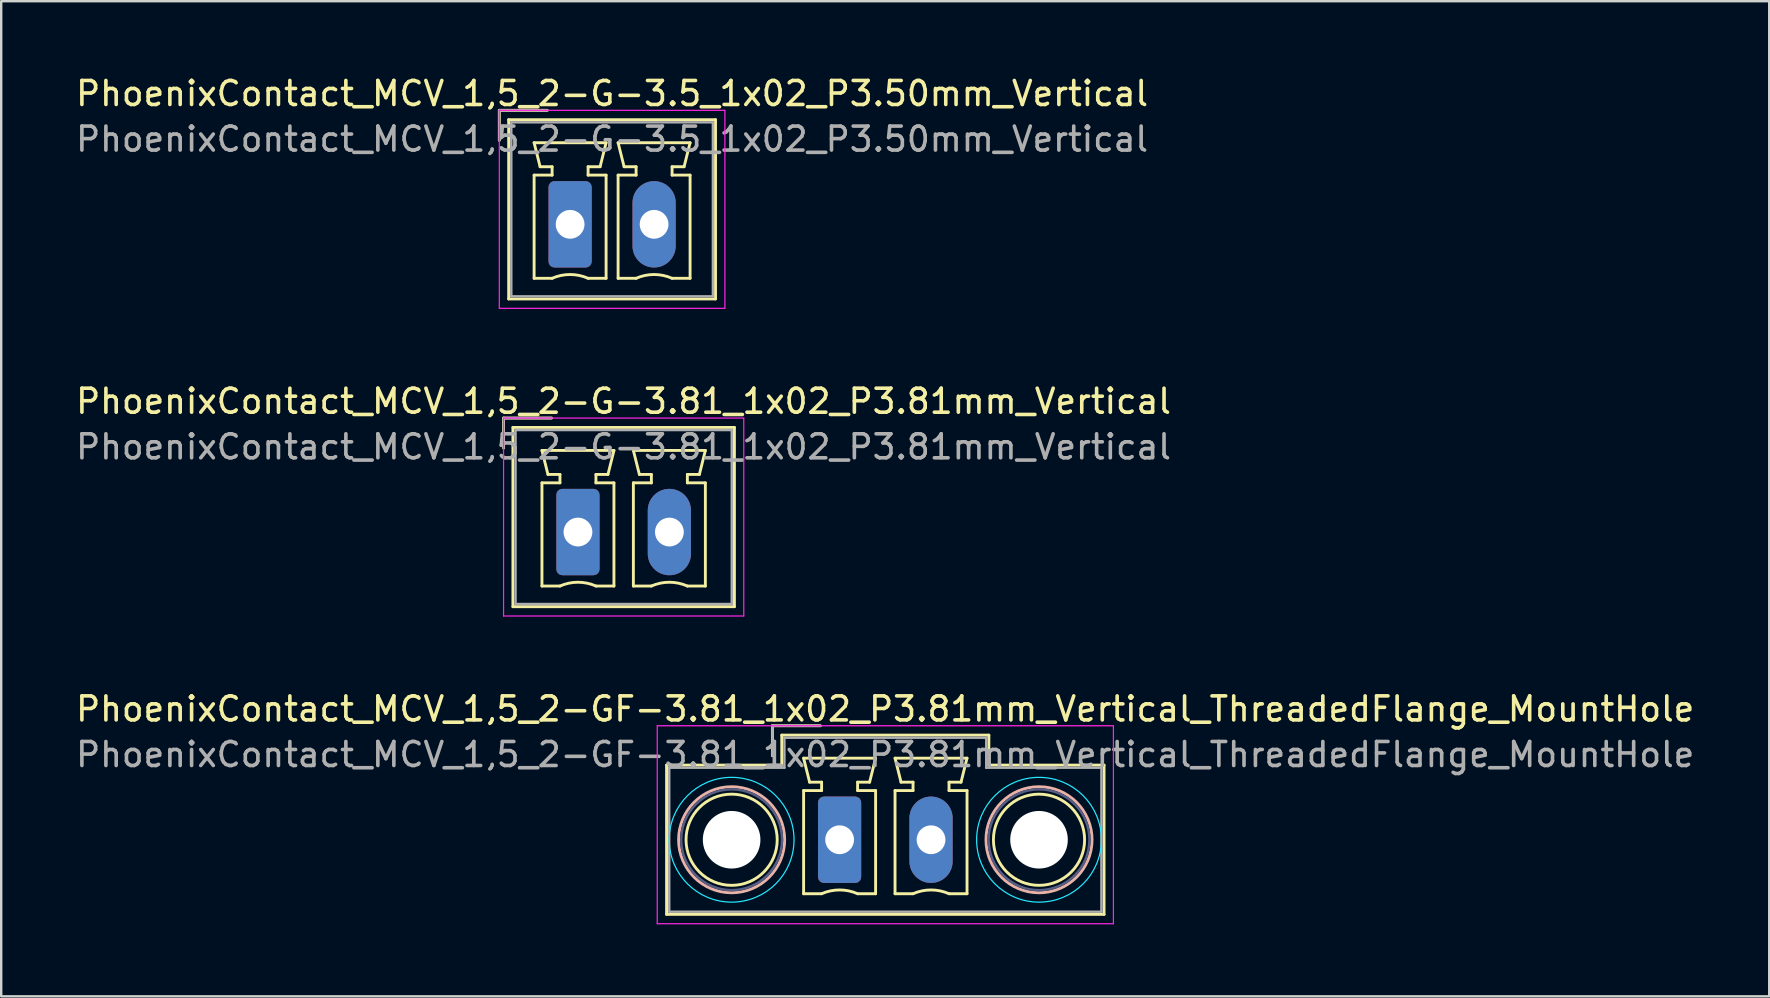
<source format=kicad_pcb>
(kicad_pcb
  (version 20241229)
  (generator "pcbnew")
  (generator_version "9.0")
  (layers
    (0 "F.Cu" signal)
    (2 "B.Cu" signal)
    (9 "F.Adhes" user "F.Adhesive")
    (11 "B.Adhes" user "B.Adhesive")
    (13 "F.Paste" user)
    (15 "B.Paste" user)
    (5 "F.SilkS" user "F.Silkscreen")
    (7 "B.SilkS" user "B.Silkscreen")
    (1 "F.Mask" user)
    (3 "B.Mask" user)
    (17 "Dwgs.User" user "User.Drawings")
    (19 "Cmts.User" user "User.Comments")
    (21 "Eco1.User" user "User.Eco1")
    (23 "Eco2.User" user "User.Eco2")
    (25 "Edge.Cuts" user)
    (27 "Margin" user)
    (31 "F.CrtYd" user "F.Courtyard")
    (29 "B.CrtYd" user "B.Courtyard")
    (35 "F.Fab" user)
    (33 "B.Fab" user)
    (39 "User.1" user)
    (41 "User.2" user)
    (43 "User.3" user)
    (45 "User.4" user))
  (footprint "PhoenixContact_MCV_1,5_2-GF-3.81_1x02_P3.81mm_Vertical_ThreadedFlange_MountHole"
    (layer "F.Cu")
    (at 31.939 31.945)
    (property "Reference" "PhoenixContact_MCV_1,5_2-GF-3.81_1x02_P3.81mm_Vertical_ThreadedFlange_MountHole" (at 1.9 -5.45 0) (layer "F.SilkS") (effects (font (size 1 1) (thickness 0.15))))
    (attr through_hole)
    (fp_line (start -7.21 -3.11) (end -7.21 3.11) (stroke (width 0.12) (type solid)) (layer "F.SilkS"))
    (fp_line (start -7.21 3.11) (end 11.02 3.11) (stroke (width 0.12) (type solid)) (layer "F.SilkS"))
    (fp_line (start -2.8 -4.75) (end -0.8 -4.75) (stroke (width 0.12) (type solid)) (layer "F.SilkS"))
    (fp_line (start -2.8 -3.5) (end -2.8 -4.75) (stroke (width 0.12) (type solid)) (layer "F.SilkS"))
    (fp_line (start -2.41 -4.36) (end -2.41 -3.11) (stroke (width 0.12) (type solid)) (layer "F.SilkS"))
    (fp_line (start -2.41 -3.11) (end -7.21 -3.11) (stroke (width 0.12) (type solid)) (layer "F.SilkS"))
    (fp_line (start -1.5 -3.4) (end 1.5 -3.4) (stroke (width 0.12) (type solid)) (layer "F.SilkS"))
    (fp_line (start -1.5 -2.05) (end -0.75 -2.05) (stroke (width 0.12) (type solid)) (layer "F.SilkS"))
    (fp_line (start -1.5 2.25) (end -1.5 -2.05) (stroke (width 0.12) (type solid)) (layer "F.SilkS"))
    (fp_line (start -1.25 -2.4) (end -1.5 -3.4) (stroke (width 0.12) (type solid)) (layer "F.SilkS"))
    (fp_line (start -0.75 -2.4) (end -1.25 -2.4) (stroke (width 0.12) (type solid)) (layer "F.SilkS"))
    (fp_line (start -0.75 -2.05) (end -0.75 -2.4) (stroke (width 0.12) (type solid)) (layer "F.SilkS"))
    (fp_line (start -0.75 2.25) (end -1.5 2.25) (stroke (width 0.12) (type solid)) (layer "F.SilkS"))
    (fp_line (start 0.75 -2.4) (end 0.75 -2.05) (stroke (width 0.12) (type solid)) (layer "F.SilkS"))
    (fp_line (start 0.75 -2.05) (end 1.5 -2.05) (stroke (width 0.12) (type solid)) (layer "F.SilkS"))
    (fp_line (start 1.25 -2.4) (end 0.75 -2.4) (stroke (width 0.12) (type solid)) (layer "F.SilkS"))
    (fp_line (start 1.5 -3.4) (end 1.25 -2.4) (stroke (width 0.12) (type solid)) (layer "F.SilkS"))
    (fp_line (start 1.5 -2.05) (end 1.5 2.25) (stroke (width 0.12) (type solid)) (layer "F.SilkS"))
    (fp_line (start 1.5 2.25) (end 0.75 2.25) (stroke (width 0.12) (type solid)) (layer "F.SilkS"))
    (fp_line (start 2.31 -3.4) (end 5.31 -3.4) (stroke (width 0.12) (type solid)) (layer "F.SilkS"))
    (fp_line (start 2.31 -2.05) (end 3.06 -2.05) (stroke (width 0.12) (type solid)) (layer "F.SilkS"))
    (fp_line (start 2.31 2.25) (end 2.31 -2.05) (stroke (width 0.12) (type solid)) (layer "F.SilkS"))
    (fp_line (start 2.56 -2.4) (end 2.31 -3.4) (stroke (width 0.12) (type solid)) (layer "F.SilkS"))
    (fp_line (start 3.06 -2.4) (end 2.56 -2.4) (stroke (width 0.12) (type solid)) (layer "F.SilkS"))
    (fp_line (start 3.06 -2.05) (end 3.06 -2.4) (stroke (width 0.12) (type solid)) (layer "F.SilkS"))
    (fp_line (start 3.06 2.25) (end 2.31 2.25) (stroke (width 0.12) (type solid)) (layer "F.SilkS"))
    (fp_line (start 4.56 -2.4) (end 4.56 -2.05) (stroke (width 0.12) (type solid)) (layer "F.SilkS"))
    (fp_line (start 4.56 -2.05) (end 5.31 -2.05) (stroke (width 0.12) (type solid)) (layer "F.SilkS"))
    (fp_line (start 5.06 -2.4) (end 4.56 -2.4) (stroke (width 0.12) (type solid)) (layer "F.SilkS"))
    (fp_line (start 5.31 -3.4) (end 5.06 -2.4) (stroke (width 0.12) (type solid)) (layer "F.SilkS"))
    (fp_line (start 5.31 -2.05) (end 5.31 2.25) (stroke (width 0.12) (type solid)) (layer "F.SilkS"))
    (fp_line (start 5.31 2.25) (end 4.56 2.25) (stroke (width 0.12) (type solid)) (layer "F.SilkS"))
    (fp_line (start 6.22 -4.36) (end -2.41 -4.36) (stroke (width 0.12) (type solid)) (layer "F.SilkS"))
    (fp_line (start 6.22 -3.11) (end 6.22 -4.36) (stroke (width 0.12) (type solid)) (layer "F.SilkS"))
    (fp_line (start 11.02 -3.11) (end 6.22 -3.11) (stroke (width 0.12) (type solid)) (layer "F.SilkS"))
    (fp_line (start 11.02 3.11) (end 11.02 -3.11) (stroke (width 0.12) (type solid)) (layer "F.SilkS"))
    (fp_arc (start -0.75 2.25) (mid -0.000193 2.09191) (end 0.749647 2.249844) (stroke (width 0.12) (type solid)) (layer "F.SilkS"))
    (fp_arc (start 3.06 2.25) (mid 3.809807 2.09191) (end 4.559647 2.249844) (stroke (width 0.12) (type solid)) (layer "F.SilkS"))
    (fp_circle (center -4.5 0) (end -2.6 0) (stroke (width 0.12) (type solid)) (fill no) (layer "F.SilkS"))
    (fp_circle (center 8.31 0) (end 10.21 0) (stroke (width 0.12) (type solid)) (fill no) (layer "F.SilkS"))
    (fp_circle (center -4.5 0) (end -2.29 0) (stroke (width 0.12) (type solid)) (fill no) (layer "B.SilkS"))
    (fp_circle (center 8.31 0) (end 10.52 0) (stroke (width 0.12) (type solid)) (fill no) (layer "B.SilkS"))
    (fp_circle (center -4.5 0) (end -1.9 0) (stroke (width 0.05) (type solid)) (fill no) (layer "B.CrtYd"))
    (fp_circle (center 8.31 0) (end 10.91 0) (stroke (width 0.05) (type solid)) (fill no) (layer "B.CrtYd"))
    (fp_line (start -7.6 -4.75) (end -7.6 3.5) (stroke (width 0.05) (type solid)) (layer "F.CrtYd"))
    (fp_line (start -7.6 3.5) (end 11.41 3.5) (stroke (width 0.05) (type solid)) (layer "F.CrtYd"))
    (fp_line (start 11.41 -4.75) (end -7.6 -4.75) (stroke (width 0.05) (type solid)) (layer "F.CrtYd"))
    (fp_line (start 11.41 3.5) (end 11.41 -4.75) (stroke (width 0.05) (type solid)) (layer "F.CrtYd"))
    (fp_circle (center -4.5 0) (end -2.4 0) (stroke (width 0.1) (type solid)) (fill no) (layer "B.Fab"))
    (fp_circle (center 8.31 0) (end 10.41 0) (stroke (width 0.1) (type solid)) (fill no) (layer "B.Fab"))
    (fp_line (start -7.1 -3) (end -7.1 3) (stroke (width 0.1) (type solid)) (layer "F.Fab"))
    (fp_line (start -7.1 3) (end 10.91 3) (stroke (width 0.1) (type solid)) (layer "F.Fab"))
    (fp_line (start -2.8 -4.75) (end -0.8 -4.75) (stroke (width 0.1) (type solid)) (layer "F.Fab"))
    (fp_line (start -2.8 -3.5) (end -2.8 -4.75) (stroke (width 0.1) (type solid)) (layer "F.Fab"))
    (fp_line (start -2.3 -4.25) (end -2.3 -3) (stroke (width 0.1) (type solid)) (layer "F.Fab"))
    (fp_line (start -2.3 -3) (end -7.1 -3) (stroke (width 0.1) (type solid)) (layer "F.Fab"))
    (fp_line (start 6.11 -4.25) (end -2.3 -4.25) (stroke (width 0.1) (type solid)) (layer "F.Fab"))
    (fp_line (start 6.11 -3) (end 6.11 -4.25) (stroke (width 0.1) (type solid)) (layer "F.Fab"))
    (fp_line (start 10.91 -3) (end 6.11 -3) (stroke (width 0.1) (type solid)) (layer "F.Fab"))
    (fp_line (start 10.91 3) (end 10.91 -3) (stroke (width 0.1) (type solid)) (layer "F.Fab"))
    (fp_text user "${REFERENCE}" (at 1.9 -3.55 0) (layer "F.Fab") (effects (font (size 1 1) (thickness 0.15))))
    (pad "" np_thru_hole circle (at -4.5 0) (size 2.4 2.4) (drill 2.4) (layers "*.Cu" "*.Mask"))
    (pad "" np_thru_hole circle (at 8.31 0) (size 2.4 2.4) (drill 2.4) (layers "*.Cu" "*.Mask"))
    (pad "1" thru_hole roundrect (at 0 0) (size 1.8 3.6) (drill 1.2) (layers "*.Cu" "*.Mask") (roundrect_rratio 0.139))
    (pad "2" thru_hole oval (at 3.81 0) (size 1.8 3.6) (drill 1.2) (layers "*.Cu" "*.Mask")))
  (footprint "PhoenixContact_MCV_1,5_2-G-3.5_1x02_P3.50mm_Vertical"
    (layer "F.Cu")
    (at 20.708 6.298)
    (property "Reference" "PhoenixContact_MCV_1,5_2-G-3.5_1x02_P3.50mm_Vertical" (at 1.75 -5.45 0) (layer "F.SilkS") (effects (font (size 1 1) (thickness 0.15))))
    (attr through_hole)
    (fp_line (start -2.95 -4.75) (end -0.95 -4.75) (stroke (width 0.12) (type solid)) (layer "F.SilkS"))
    (fp_line (start -2.95 -3.5) (end -2.95 -4.75) (stroke (width 0.12) (type solid)) (layer "F.SilkS"))
    (fp_line (start -2.56 -4.36) (end -2.56 3.11) (stroke (width 0.12) (type solid)) (layer "F.SilkS"))
    (fp_line (start -2.56 3.11) (end 6.06 3.11) (stroke (width 0.12) (type solid)) (layer "F.SilkS"))
    (fp_line (start -1.5 -3.4) (end 1.5 -3.4) (stroke (width 0.12) (type solid)) (layer "F.SilkS"))
    (fp_line (start -1.5 -2.05) (end -0.75 -2.05) (stroke (width 0.12) (type solid)) (layer "F.SilkS"))
    (fp_line (start -1.5 2.25) (end -1.5 -2.05) (stroke (width 0.12) (type solid)) (layer "F.SilkS"))
    (fp_line (start -1.25 -2.4) (end -1.5 -3.4) (stroke (width 0.12) (type solid)) (layer "F.SilkS"))
    (fp_line (start -0.75 -2.4) (end -1.25 -2.4) (stroke (width 0.12) (type solid)) (layer "F.SilkS"))
    (fp_line (start -0.75 -2.05) (end -0.75 -2.4) (stroke (width 0.12) (type solid)) (layer "F.SilkS"))
    (fp_line (start -0.75 2.25) (end -1.5 2.25) (stroke (width 0.12) (type solid)) (layer "F.SilkS"))
    (fp_line (start 0.75 -2.4) (end 0.75 -2.05) (stroke (width 0.12) (type solid)) (layer "F.SilkS"))
    (fp_line (start 0.75 -2.05) (end 1.5 -2.05) (stroke (width 0.12) (type solid)) (layer "F.SilkS"))
    (fp_line (start 1.25 -2.4) (end 0.75 -2.4) (stroke (width 0.12) (type solid)) (layer "F.SilkS"))
    (fp_line (start 1.5 -3.4) (end 1.25 -2.4) (stroke (width 0.12) (type solid)) (layer "F.SilkS"))
    (fp_line (start 1.5 -2.05) (end 1.5 2.25) (stroke (width 0.12) (type solid)) (layer "F.SilkS"))
    (fp_line (start 1.5 2.25) (end 0.75 2.25) (stroke (width 0.12) (type solid)) (layer "F.SilkS"))
    (fp_line (start 2 -3.4) (end 5 -3.4) (stroke (width 0.12) (type solid)) (layer "F.SilkS"))
    (fp_line (start 2 -2.05) (end 2.75 -2.05) (stroke (width 0.12) (type solid)) (layer "F.SilkS"))
    (fp_line (start 2 2.25) (end 2 -2.05) (stroke (width 0.12) (type solid)) (layer "F.SilkS"))
    (fp_line (start 2.25 -2.4) (end 2 -3.4) (stroke (width 0.12) (type solid)) (layer "F.SilkS"))
    (fp_line (start 2.75 -2.4) (end 2.25 -2.4) (stroke (width 0.12) (type solid)) (layer "F.SilkS"))
    (fp_line (start 2.75 -2.05) (end 2.75 -2.4) (stroke (width 0.12) (type solid)) (layer "F.SilkS"))
    (fp_line (start 2.75 2.25) (end 2 2.25) (stroke (width 0.12) (type solid)) (layer "F.SilkS"))
    (fp_line (start 4.25 -2.4) (end 4.25 -2.05) (stroke (width 0.12) (type solid)) (layer "F.SilkS"))
    (fp_line (start 4.25 -2.05) (end 5 -2.05) (stroke (width 0.12) (type solid)) (layer "F.SilkS"))
    (fp_line (start 4.75 -2.4) (end 4.25 -2.4) (stroke (width 0.12) (type solid)) (layer "F.SilkS"))
    (fp_line (start 5 -3.4) (end 4.75 -2.4) (stroke (width 0.12) (type solid)) (layer "F.SilkS"))
    (fp_line (start 5 -2.05) (end 5 2.25) (stroke (width 0.12) (type solid)) (layer "F.SilkS"))
    (fp_line (start 5 2.25) (end 4.25 2.25) (stroke (width 0.12) (type solid)) (layer "F.SilkS"))
    (fp_line (start 6.06 -4.36) (end -2.56 -4.36) (stroke (width 0.12) (type solid)) (layer "F.SilkS"))
    (fp_line (start 6.06 3.11) (end 6.06 -4.36) (stroke (width 0.12) (type solid)) (layer "F.SilkS"))
    (fp_arc (start -0.75 2.25) (mid -0.000193 2.09191) (end 0.749647 2.249844) (stroke (width 0.12) (type solid)) (layer "F.SilkS"))
    (fp_arc (start 2.75 2.25) (mid 3.499807 2.09191) (end 4.249647 2.249844) (stroke (width 0.12) (type solid)) (layer "F.SilkS"))
    (fp_line (start -2.95 -4.75) (end -2.95 3.5) (stroke (width 0.05) (type solid)) (layer "F.CrtYd"))
    (fp_line (start -2.95 3.5) (end 6.45 3.5) (stroke (width 0.05) (type solid)) (layer "F.CrtYd"))
    (fp_line (start 6.45 -4.75) (end -2.95 -4.75) (stroke (width 0.05) (type solid)) (layer "F.CrtYd"))
    (fp_line (start 6.45 3.5) (end 6.45 -4.75) (stroke (width 0.05) (type solid)) (layer "F.CrtYd"))
    (fp_line (start -2.95 -4.75) (end -0.95 -4.75) (stroke (width 0.1) (type solid)) (layer "F.Fab"))
    (fp_line (start -2.95 -3.5) (end -2.95 -4.75) (stroke (width 0.1) (type solid)) (layer "F.Fab"))
    (fp_line (start -2.45 -4.25) (end -2.45 3) (stroke (width 0.1) (type solid)) (layer "F.Fab"))
    (fp_line (start -2.45 3) (end 5.95 3) (stroke (width 0.1) (type solid)) (layer "F.Fab"))
    (fp_line (start 5.95 -4.25) (end -2.45 -4.25) (stroke (width 0.1) (type solid)) (layer "F.Fab"))
    (fp_line (start 5.95 3) (end 5.95 -4.25) (stroke (width 0.1) (type solid)) (layer "F.Fab"))
    (fp_text user "${REFERENCE}" (at 1.75 -3.55 0) (layer "F.Fab") (effects (font (size 1 1) (thickness 0.15))))
    (pad "1" thru_hole roundrect (at 0 0) (size 1.8 3.6) (drill 1.2) (layers "*.Cu" "*.Mask") (roundrect_rratio 0.139))
    (pad "2" thru_hole oval (at 3.5 0) (size 1.8 3.6) (drill 1.2) (layers "*.Cu" "*.Mask")))
  (footprint "PhoenixContact_MCV_1,5_2-G-3.81_1x02_P3.81mm_Vertical"
    (layer "F.Cu")
    (at 21.035 19.122)
    (property "Reference" "PhoenixContact_MCV_1,5_2-G-3.81_1x02_P3.81mm_Vertical" (at 1.9 -5.45 0) (layer "F.SilkS") (effects (font (size 1 1) (thickness 0.15))))
    (attr through_hole)
    (fp_line (start -3.1 -4.75) (end -1.1 -4.75) (stroke (width 0.12) (type solid)) (layer "F.SilkS"))
    (fp_line (start -3.1 -3.5) (end -3.1 -4.75) (stroke (width 0.12) (type solid)) (layer "F.SilkS"))
    (fp_line (start -2.71 -4.36) (end -2.71 3.11) (stroke (width 0.12) (type solid)) (layer "F.SilkS"))
    (fp_line (start -2.71 3.11) (end 6.52 3.11) (stroke (width 0.12) (type solid)) (layer "F.SilkS"))
    (fp_line (start -1.5 -3.4) (end 1.5 -3.4) (stroke (width 0.12) (type solid)) (layer "F.SilkS"))
    (fp_line (start -1.5 -2.05) (end -0.75 -2.05) (stroke (width 0.12) (type solid)) (layer "F.SilkS"))
    (fp_line (start -1.5 2.25) (end -1.5 -2.05) (stroke (width 0.12) (type solid)) (layer "F.SilkS"))
    (fp_line (start -1.25 -2.4) (end -1.5 -3.4) (stroke (width 0.12) (type solid)) (layer "F.SilkS"))
    (fp_line (start -0.75 -2.4) (end -1.25 -2.4) (stroke (width 0.12) (type solid)) (layer "F.SilkS"))
    (fp_line (start -0.75 -2.05) (end -0.75 -2.4) (stroke (width 0.12) (type solid)) (layer "F.SilkS"))
    (fp_line (start -0.75 2.25) (end -1.5 2.25) (stroke (width 0.12) (type solid)) (layer "F.SilkS"))
    (fp_line (start 0.75 -2.4) (end 0.75 -2.05) (stroke (width 0.12) (type solid)) (layer "F.SilkS"))
    (fp_line (start 0.75 -2.05) (end 1.5 -2.05) (stroke (width 0.12) (type solid)) (layer "F.SilkS"))
    (fp_line (start 1.25 -2.4) (end 0.75 -2.4) (stroke (width 0.12) (type solid)) (layer "F.SilkS"))
    (fp_line (start 1.5 -3.4) (end 1.25 -2.4) (stroke (width 0.12) (type solid)) (layer "F.SilkS"))
    (fp_line (start 1.5 -2.05) (end 1.5 2.25) (stroke (width 0.12) (type solid)) (layer "F.SilkS"))
    (fp_line (start 1.5 2.25) (end 0.75 2.25) (stroke (width 0.12) (type solid)) (layer "F.SilkS"))
    (fp_line (start 2.31 -3.4) (end 5.31 -3.4) (stroke (width 0.12) (type solid)) (layer "F.SilkS"))
    (fp_line (start 2.31 -2.05) (end 3.06 -2.05) (stroke (width 0.12) (type solid)) (layer "F.SilkS"))
    (fp_line (start 2.31 2.25) (end 2.31 -2.05) (stroke (width 0.12) (type solid)) (layer "F.SilkS"))
    (fp_line (start 2.56 -2.4) (end 2.31 -3.4) (stroke (width 0.12) (type solid)) (layer "F.SilkS"))
    (fp_line (start 3.06 -2.4) (end 2.56 -2.4) (stroke (width 0.12) (type solid)) (layer "F.SilkS"))
    (fp_line (start 3.06 -2.05) (end 3.06 -2.4) (stroke (width 0.12) (type solid)) (layer "F.SilkS"))
    (fp_line (start 3.06 2.25) (end 2.31 2.25) (stroke (width 0.12) (type solid)) (layer "F.SilkS"))
    (fp_line (start 4.56 -2.4) (end 4.56 -2.05) (stroke (width 0.12) (type solid)) (layer "F.SilkS"))
    (fp_line (start 4.56 -2.05) (end 5.31 -2.05) (stroke (width 0.12) (type solid)) (layer "F.SilkS"))
    (fp_line (start 5.06 -2.4) (end 4.56 -2.4) (stroke (width 0.12) (type solid)) (layer "F.SilkS"))
    (fp_line (start 5.31 -3.4) (end 5.06 -2.4) (stroke (width 0.12) (type solid)) (layer "F.SilkS"))
    (fp_line (start 5.31 -2.05) (end 5.31 2.25) (stroke (width 0.12) (type solid)) (layer "F.SilkS"))
    (fp_line (start 5.31 2.25) (end 4.56 2.25) (stroke (width 0.12) (type solid)) (layer "F.SilkS"))
    (fp_line (start 6.52 -4.36) (end -2.71 -4.36) (stroke (width 0.12) (type solid)) (layer "F.SilkS"))
    (fp_line (start 6.52 3.11) (end 6.52 -4.36) (stroke (width 0.12) (type solid)) (layer "F.SilkS"))
    (fp_arc (start -0.75 2.25) (mid -0.000193 2.09191) (end 0.749647 2.249844) (stroke (width 0.12) (type solid)) (layer "F.SilkS"))
    (fp_arc (start 3.06 2.25) (mid 3.809807 2.09191) (end 4.559647 2.249844) (stroke (width 0.12) (type solid)) (layer "F.SilkS"))
    (fp_line (start -3.1 -4.75) (end -3.1 3.5) (stroke (width 0.05) (type solid)) (layer "F.CrtYd"))
    (fp_line (start -3.1 3.5) (end 6.91 3.5) (stroke (width 0.05) (type solid)) (layer "F.CrtYd"))
    (fp_line (start 6.91 -4.75) (end -3.1 -4.75) (stroke (width 0.05) (type solid)) (layer "F.CrtYd"))
    (fp_line (start 6.91 3.5) (end 6.91 -4.75) (stroke (width 0.05) (type solid)) (layer "F.CrtYd"))
    (fp_line (start -3.1 -4.75) (end -1.1 -4.75) (stroke (width 0.1) (type solid)) (layer "F.Fab"))
    (fp_line (start -3.1 -3.5) (end -3.1 -4.75) (stroke (width 0.1) (type solid)) (layer "F.Fab"))
    (fp_line (start -2.6 -4.25) (end -2.6 3) (stroke (width 0.1) (type solid)) (layer "F.Fab"))
    (fp_line (start -2.6 3) (end 6.41 3) (stroke (width 0.1) (type solid)) (layer "F.Fab"))
    (fp_line (start 6.41 -4.25) (end -2.6 -4.25) (stroke (width 0.1) (type solid)) (layer "F.Fab"))
    (fp_line (start 6.41 3) (end 6.41 -4.25) (stroke (width 0.1) (type solid)) (layer "F.Fab"))
    (fp_text user "${REFERENCE}" (at 1.9 -3.55 0) (layer "F.Fab") (effects (font (size 1 1) (thickness 0.15))))
    (pad "1" thru_hole roundrect (at 0 0) (size 1.8 3.6) (drill 1.2) (layers "*.Cu" "*.Mask") (roundrect_rratio 0.139))
    (pad "2" thru_hole oval (at 3.81 0) (size 1.8 3.6) (drill 1.2) (layers "*.Cu" "*.Mask")))
  (gr_rect
    (start -3 -3)
    (end 70.679 38.47)
    (stroke (width 0.1) (type default))
    (fill no)
    (layer "Edge.Cuts")))
</source>
